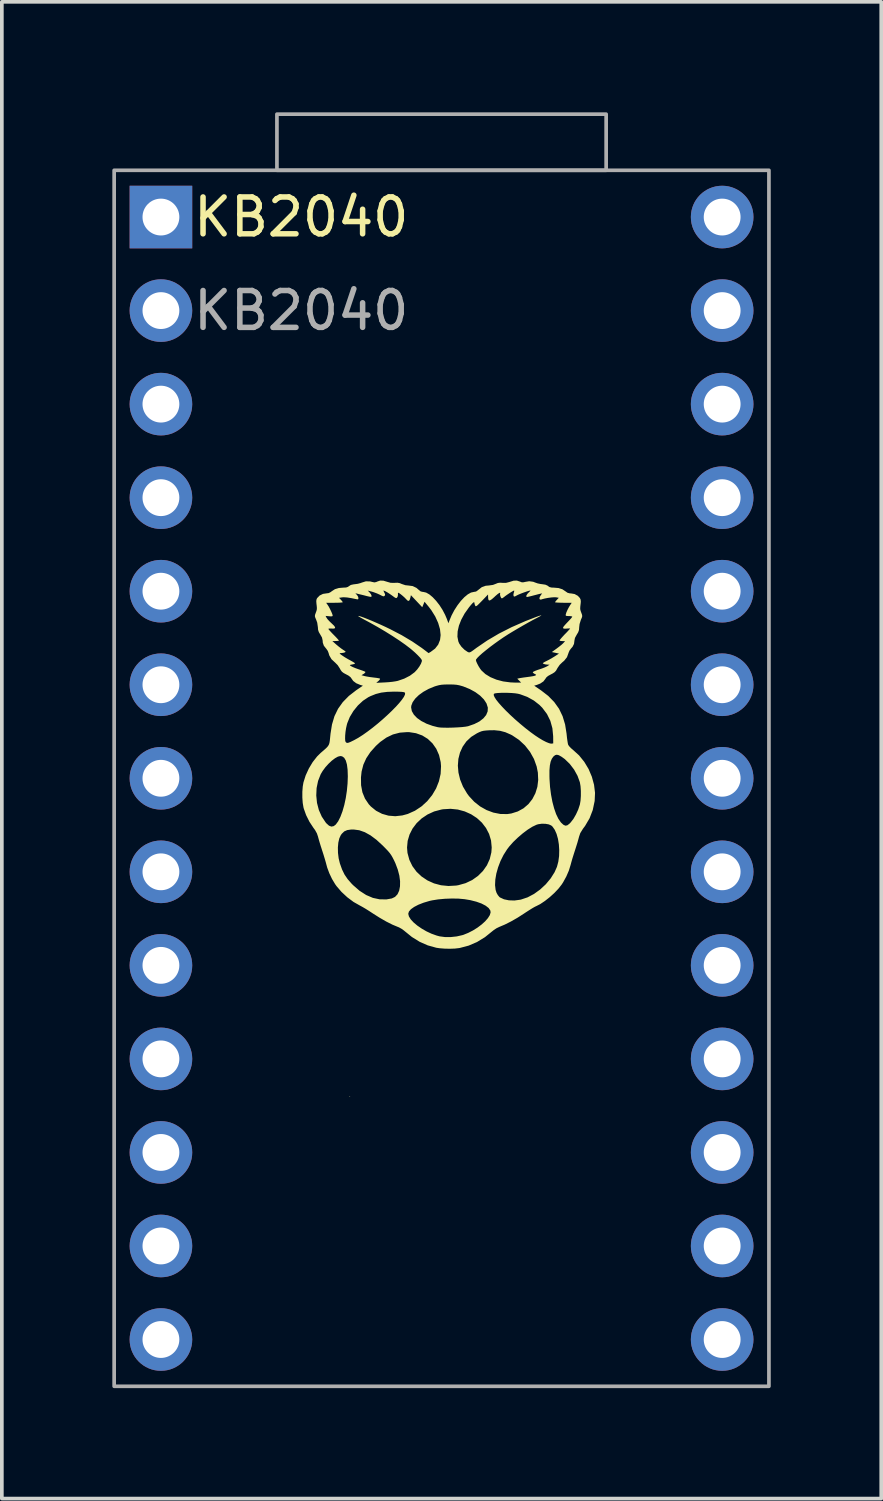
<source format=kicad_pcb>
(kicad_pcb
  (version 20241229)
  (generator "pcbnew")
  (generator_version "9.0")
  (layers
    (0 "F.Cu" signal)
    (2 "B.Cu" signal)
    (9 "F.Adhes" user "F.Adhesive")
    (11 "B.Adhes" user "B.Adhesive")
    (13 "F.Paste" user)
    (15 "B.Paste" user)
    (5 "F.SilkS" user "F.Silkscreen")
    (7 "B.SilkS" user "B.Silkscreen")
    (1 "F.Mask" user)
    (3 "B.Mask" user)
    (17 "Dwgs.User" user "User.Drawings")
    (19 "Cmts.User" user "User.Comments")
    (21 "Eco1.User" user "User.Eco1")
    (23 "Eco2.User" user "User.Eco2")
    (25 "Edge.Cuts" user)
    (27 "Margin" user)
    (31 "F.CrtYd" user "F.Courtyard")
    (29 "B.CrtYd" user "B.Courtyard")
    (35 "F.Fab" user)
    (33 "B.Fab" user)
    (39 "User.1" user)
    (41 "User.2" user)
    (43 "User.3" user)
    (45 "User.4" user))
  (footprint "KB2040"
    (layer "F.Cu")
    (at 1.32 2.844)
    (property "Reference" "KB2040" (at 3.81 0 0) (unlocked yes) (layer "F.SilkS") (effects (font (size 1 1) (thickness 0.15))))
    (attr through_hole)
    (fp_poly (pts (xy 5.139 23.886) (xy 5.129 23.896) (xy 5.119 23.886) (xy 5.129 23.876)) (stroke (width 0) (type solid)) (fill yes) (layer "F.SilkS"))
    (fp_poly (pts (xy 9.747 9.898) (xy 9.749 9.899) (xy 9.801 9.919) (xy 9.852 9.917) (xy 9.882 9.909) (xy 10 9.889) (xy 10.109 9.904) (xy 10.163 9.925) (xy 10.23 9.948) (xy 10.312 9.965) (xy 10.355 9.97) (xy 10.44 9.983) (xy 10.497 10.008) (xy 10.513 10.021) (xy 10.553 10.048) (xy 10.608 10.061) (xy 10.664 10.063) (xy 10.796 10.074) (xy 10.902 10.108) (xy 10.983 10.162) (xy 11.042 10.203) (xy 11.105 10.219) (xy 11.134 10.22) (xy 11.233 10.237) (xy 11.321 10.285) (xy 11.377 10.346) (xy 11.397 10.39) (xy 11.402 10.445) (xy 11.397 10.498) (xy 11.388 10.575) (xy 11.385 10.627) (xy 11.389 10.667) (xy 11.402 10.709) (xy 11.416 10.747) (xy 11.435 10.8) (xy 11.44 10.837) (xy 11.43 10.877) (xy 11.405 10.933) (xy 11.368 11.052) (xy 11.358 11.138) (xy 11.352 11.214) (xy 11.33 11.276) (xy 11.293 11.337) (xy 11.243 11.428) (xy 11.229 11.497) (xy 11.217 11.591) (xy 11.177 11.67) (xy 11.136 11.716) (xy 11.095 11.771) (xy 11.069 11.832) (xy 11.066 11.842) (xy 11.026 11.952) (xy 10.95 12.048) (xy 10.897 12.093) (xy 10.829 12.159) (xy 10.77 12.244) (xy 10.764 12.255) (xy 10.73 12.316) (xy 10.693 12.357) (xy 10.641 12.392) (xy 10.591 12.418) (xy 10.511 12.462) (xy 10.462 12.505) (xy 10.44 12.54) (xy 10.386 12.61) (xy 10.3 12.668) (xy 10.209 12.704) (xy 10.136 12.726) (xy 10.32 12.851) (xy 10.518 13.004) (xy 10.68 13.17) (xy 10.81 13.352) (xy 10.907 13.554) (xy 10.975 13.778) (xy 11.015 14.029) (xy 11.016 14.04) (xy 11.026 14.137) (xy 11.038 14.224) (xy 11.049 14.292) (xy 11.058 14.329) (xy 11.084 14.368) (xy 11.131 14.419) (xy 11.189 14.468) (xy 11.354 14.618) (xy 11.496 14.794) (xy 11.613 14.989) (xy 11.702 15.199) (xy 11.761 15.416) (xy 11.788 15.636) (xy 11.778 15.852) (xy 11.777 15.86) (xy 11.726 16.102) (xy 11.64 16.325) (xy 11.518 16.533) (xy 11.46 16.611) (xy 11.387 16.729) (xy 11.354 16.827) (xy 11.337 16.89) (xy 11.312 16.979) (xy 11.28 17.082) (xy 11.246 17.189) (xy 11.242 17.201) (xy 11.207 17.31) (xy 11.173 17.419) (xy 11.145 17.517) (xy 11.125 17.591) (xy 11.124 17.595) (xy 11.077 17.747) (xy 11.007 17.909) (xy 10.921 18.065) (xy 10.881 18.127) (xy 10.793 18.239) (xy 10.682 18.356) (xy 10.557 18.469) (xy 10.426 18.572) (xy 10.299 18.657) (xy 10.183 18.716) (xy 10.175 18.719) (xy 10.135 18.74) (xy 10.07 18.778) (xy 9.989 18.829) (xy 9.899 18.887) (xy 9.868 18.908) (xy 9.686 19.025) (xy 9.506 19.128) (xy 9.337 19.213) (xy 9.188 19.276) (xy 9.188 19.276) (xy 9.113 19.312) (xy 9.038 19.362) (xy 9.009 19.385) (xy 8.798 19.555) (xy 8.582 19.687) (xy 8.356 19.784) (xy 8.118 19.847) (xy 8.095 19.851) (xy 7.982 19.864) (xy 7.847 19.869) (xy 7.706 19.866) (xy 7.573 19.856) (xy 7.478 19.842) (xy 7.245 19.777) (xy 7.025 19.68) (xy 6.814 19.549) (xy 6.607 19.381) (xy 6.599 19.374) (xy 6.537 19.329) (xy 6.463 19.288) (xy 6.433 19.276) (xy 6.287 19.215) (xy 6.12 19.131) (xy 5.941 19.028) (xy 5.77 18.92) (xy 6.716 18.92) (xy 6.734 18.992) (xy 6.784 19.072) (xy 6.862 19.156) (xy 6.962 19.24) (xy 7.08 19.321) (xy 7.209 19.396) (xy 7.346 19.46) (xy 7.485 19.51) (xy 7.566 19.532) (xy 7.708 19.551) (xy 7.869 19.552) (xy 8.034 19.534) (xy 8.187 19.499) (xy 8.211 19.492) (xy 8.345 19.438) (xy 8.475 19.371) (xy 8.598 19.294) (xy 8.709 19.21) (xy 8.804 19.124) (xy 8.879 19.038) (xy 8.93 18.957) (xy 8.952 18.884) (xy 8.946 18.833) (xy 8.9 18.764) (xy 8.818 18.7) (xy 8.705 18.641) (xy 8.565 18.591) (xy 8.4 18.549) (xy 8.245 18.523) (xy 8.081 18.508) (xy 7.899 18.505) (xy 7.709 18.512) (xy 7.526 18.529) (xy 7.363 18.555) (xy 7.295 18.57) (xy 7.131 18.619) (xy 6.99 18.674) (xy 6.875 18.734) (xy 6.788 18.796) (xy 6.734 18.859) (xy 6.716 18.92) (xy 5.77 18.92) (xy 5.758 18.912) (xy 5.756 18.911) (xy 5.66 18.848) (xy 5.565 18.788) (xy 5.48 18.738) (xy 5.415 18.702) (xy 5.403 18.696) (xy 5.23 18.598) (xy 5.06 18.471) (xy 4.903 18.325) (xy 4.769 18.169) (xy 4.731 18.116) (xy 4.646 17.974) (xy 4.572 17.818) (xy 4.515 17.665) (xy 4.496 17.595) (xy 4.477 17.523) (xy 4.449 17.427) (xy 4.416 17.318) (xy 4.381 17.209) (xy 4.378 17.201) (xy 4.353 17.121) (xy 4.805 17.121) (xy 4.808 17.266) (xy 4.826 17.414) (xy 4.86 17.554) (xy 4.861 17.556) (xy 4.919 17.718) (xy 4.986 17.855) (xy 5.07 17.978) (xy 5.178 18.102) (xy 5.219 18.143) (xy 5.394 18.295) (xy 5.573 18.41) (xy 5.756 18.488) (xy 5.94 18.527) (xy 6.125 18.529) (xy 6.27 18.503) (xy 6.357 18.461) (xy 6.424 18.39) (xy 6.469 18.293) (xy 6.492 18.173) (xy 6.494 18.035) (xy 6.474 17.882) (xy 6.431 17.718) (xy 6.366 17.545) (xy 6.33 17.468) (xy 6.291 17.392) (xy 6.254 17.328) (xy 6.213 17.27) (xy 6.16 17.208) (xy 6.09 17.135) (xy 6.075 17.12) (xy 6.683 17.12) (xy 6.695 17.267) (xy 6.746 17.455) (xy 6.829 17.626) (xy 6.941 17.778) (xy 7.079 17.908) (xy 7.238 18.014) (xy 7.415 18.094) (xy 7.606 18.145) (xy 7.809 18.165) (xy 8.018 18.153) (xy 8.077 18.143) (xy 8.084 18.141) (xy 9.073 18.141) (xy 9.088 18.272) (xy 9.114 18.351) (xy 9.148 18.411) (xy 9.188 18.46) (xy 9.205 18.475) (xy 9.315 18.526) (xy 9.449 18.554) (xy 9.598 18.559) (xy 9.755 18.538) (xy 9.781 18.532) (xy 9.957 18.473) (xy 10.132 18.38) (xy 10.298 18.26) (xy 10.451 18.118) (xy 10.583 17.959) (xy 10.689 17.791) (xy 10.754 17.644) (xy 10.791 17.504) (xy 10.812 17.351) (xy 10.816 17.193) (xy 10.806 17.036) (xy 10.782 16.887) (xy 10.744 16.752) (xy 10.694 16.639) (xy 10.634 16.553) (xy 10.599 16.522) (xy 10.532 16.492) (xy 10.441 16.476) (xy 10.341 16.474) (xy 10.244 16.488) (xy 10.198 16.502) (xy 10.085 16.556) (xy 9.958 16.636) (xy 9.825 16.736) (xy 9.692 16.85) (xy 9.566 16.971) (xy 9.457 17.094) (xy 9.4 17.169) (xy 9.303 17.322) (xy 9.221 17.486) (xy 9.156 17.657) (xy 9.108 17.827) (xy 9.08 17.991) (xy 9.073 18.141) (xy 8.084 18.141) (xy 8.273 18.088) (xy 8.452 18.003) (xy 8.61 17.891) (xy 8.744 17.757) (xy 8.852 17.603) (xy 8.929 17.433) (xy 8.973 17.251) (xy 8.982 17.117) (xy 8.964 16.928) (xy 8.911 16.752) (xy 8.827 16.59) (xy 8.716 16.445) (xy 8.58 16.32) (xy 8.424 16.218) (xy 8.25 16.14) (xy 8.063 16.089) (xy 7.865 16.069) (xy 7.66 16.081) (xy 7.615 16.089) (xy 7.419 16.141) (xy 7.24 16.223) (xy 7.08 16.33) (xy 6.944 16.458) (xy 6.833 16.605) (xy 6.751 16.767) (xy 6.7 16.939) (xy 6.683 17.12) (xy 6.075 17.12) (xy 6.024 17.068) (xy 5.853 16.911) (xy 5.691 16.79) (xy 5.536 16.704) (xy 5.385 16.651) (xy 5.235 16.631) (xy 5.162 16.632) (xy 5.058 16.647) (xy 4.979 16.682) (xy 4.914 16.744) (xy 4.885 16.783) (xy 4.844 16.871) (xy 4.817 16.986) (xy 4.805 17.121) (xy 4.353 17.121) (xy 4.344 17.095) (xy 4.312 16.991) (xy 4.286 16.901) (xy 4.268 16.835) (xy 4.267 16.829) (xy 4.236 16.738) (xy 4.184 16.644) (xy 4.14 16.584) (xy 4.032 16.42) (xy 3.943 16.242) (xy 3.88 16.066) (xy 3.871 16.032) (xy 3.85 15.907) (xy 3.84 15.761) (xy 3.84 15.708) (xy 4.218 15.708) (xy 4.238 15.908) (xy 4.288 16.101) (xy 4.367 16.28) (xy 4.473 16.439) (xy 4.493 16.463) (xy 4.564 16.527) (xy 4.629 16.552) (xy 4.692 16.539) (xy 4.748 16.496) (xy 4.813 16.408) (xy 4.874 16.286) (xy 4.93 16.137) (xy 4.979 15.966) (xy 5.019 15.779) (xy 5.049 15.582) (xy 5.068 15.38) (xy 5.074 15.216) (xy 5.432 15.216) (xy 5.435 15.429) (xy 5.471 15.621) (xy 5.541 15.792) (xy 5.644 15.945) (xy 5.7 16.006) (xy 5.843 16.122) (xy 6.004 16.205) (xy 6.179 16.255) (xy 6.364 16.27) (xy 6.554 16.249) (xy 6.702 16.209) (xy 6.898 16.121) (xy 7.075 16.004) (xy 7.232 15.861) (xy 7.365 15.697) (xy 7.472 15.516) (xy 7.549 15.322) (xy 7.595 15.121) (xy 7.606 14.915) (xy 7.605 14.897) (xy 8.063 14.897) (xy 8.079 15.085) (xy 8.125 15.276) (xy 8.202 15.466) (xy 8.311 15.65) (xy 8.366 15.725) (xy 8.507 15.877) (xy 8.667 16.004) (xy 8.843 16.103) (xy 9.027 16.172) (xy 9.216 16.209) (xy 9.404 16.212) (xy 9.514 16.196) (xy 9.69 16.141) (xy 9.846 16.055) (xy 9.978 15.942) (xy 10.086 15.805) (xy 10.168 15.647) (xy 10.222 15.473) (xy 10.245 15.285) (xy 10.24 15.188) (xy 10.55 15.188) (xy 10.552 15.26) (xy 10.566 15.475) (xy 10.593 15.683) (xy 10.63 15.879) (xy 10.677 16.057) (xy 10.731 16.213) (xy 10.793 16.341) (xy 10.859 16.436) (xy 10.867 16.445) (xy 10.93 16.503) (xy 10.983 16.527) (xy 11.034 16.518) (xy 11.091 16.475) (xy 11.126 16.439) (xy 11.2 16.344) (xy 11.27 16.223) (xy 11.331 16.09) (xy 11.374 15.96) (xy 11.376 15.955) (xy 11.394 15.849) (xy 11.403 15.72) (xy 11.403 15.583) (xy 11.394 15.454) (xy 11.376 15.348) (xy 11.376 15.348) (xy 11.313 15.174) (xy 11.22 15.005) (xy 11.102 14.85) (xy 10.967 14.719) (xy 10.88 14.656) (xy 10.806 14.614) (xy 10.75 14.6) (xy 10.704 14.612) (xy 10.657 14.65) (xy 10.614 14.711) (xy 10.582 14.79) (xy 10.561 14.894) (xy 10.55 15.025) (xy 10.55 15.188) (xy 10.24 15.188) (xy 10.236 15.088) (xy 10.203 14.92) (xy 10.13 14.716) (xy 10.023 14.524) (xy 9.886 14.349) (xy 9.724 14.198) (xy 9.542 14.076) (xy 9.499 14.053) (xy 9.352 13.989) (xy 9.209 13.951) (xy 9.056 13.935) (xy 8.929 13.936) (xy 8.833 13.942) (xy 8.763 13.95) (xy 8.704 13.964) (xy 8.644 13.988) (xy 8.582 14.018) (xy 8.425 14.116) (xy 8.295 14.238) (xy 8.194 14.381) (xy 8.121 14.541) (xy 8.077 14.714) (xy 8.063 14.897) (xy 7.605 14.897) (xy 7.597 14.801) (xy 7.552 14.609) (xy 7.477 14.439) (xy 7.374 14.292) (xy 7.246 14.17) (xy 7.096 14.077) (xy 6.926 14.016) (xy 6.74 13.987) (xy 6.687 13.986) (xy 6.487 14.001) (xy 6.3 14.05) (xy 6.124 14.134) (xy 5.954 14.254) (xy 5.837 14.361) (xy 5.688 14.528) (xy 5.576 14.696) (xy 5.497 14.87) (xy 5.449 15.057) (xy 5.432 15.216) (xy 5.074 15.216) (xy 5.075 15.188) (xy 5.069 15.008) (xy 5.051 14.865) (xy 5.02 14.757) (xy 4.976 14.683) (xy 4.92 14.644) (xy 4.871 14.636) (xy 4.806 14.652) (xy 4.727 14.696) (xy 4.64 14.762) (xy 4.551 14.846) (xy 4.466 14.94) (xy 4.392 15.04) (xy 4.339 15.129) (xy 4.267 15.312) (xy 4.227 15.507) (xy 4.218 15.708) (xy 3.84 15.708) (xy 3.84 15.608) (xy 3.851 15.464) (xy 3.87 15.353) (xy 3.93 15.163) (xy 4.016 14.975) (xy 4.121 14.8) (xy 4.241 14.647) (xy 4.336 14.553) (xy 4.422 14.479) (xy 4.485 14.423) (xy 4.528 14.377) (xy 4.557 14.334) (xy 4.575 14.283) (xy 4.586 14.218) (xy 4.592 14.161) (xy 5.001 14.161) (xy 5.005 14.223) (xy 5.016 14.254) (xy 5.036 14.273) (xy 5.061 14.28) (xy 5.097 14.273) (xy 5.151 14.251) (xy 5.232 14.211) (xy 5.243 14.206) (xy 5.358 14.142) (xy 5.483 14.062) (xy 5.614 13.969) (xy 5.75 13.866) (xy 5.886 13.756) (xy 6.019 13.642) (xy 6.147 13.526) (xy 6.267 13.412) (xy 6.361 13.316) (xy 6.794 13.316) (xy 6.813 13.416) (xy 6.868 13.512) (xy 6.955 13.603) (xy 7.071 13.685) (xy 7.213 13.758) (xy 7.377 13.817) (xy 7.519 13.853) (xy 7.587 13.862) (xy 7.684 13.866) (xy 7.8 13.867) (xy 7.927 13.864) (xy 8.054 13.858) (xy 8.172 13.85) (xy 8.27 13.839) (xy 8.341 13.826) (xy 8.344 13.825) (xy 8.51 13.767) (xy 8.648 13.697) (xy 8.755 13.614) (xy 8.831 13.523) (xy 8.872 13.424) (xy 8.877 13.321) (xy 8.876 13.318) (xy 8.841 13.208) (xy 8.77 13.099) (xy 8.668 12.996) (xy 8.645 12.979) (xy 9.036 12.979) (xy 9.057 13.033) (xy 9.103 13.106) (xy 9.172 13.193) (xy 9.261 13.293) (xy 9.365 13.402) (xy 9.484 13.518) (xy 9.613 13.637) (xy 9.751 13.757) (xy 9.893 13.875) (xy 10.038 13.988) (xy 10.158 14.075) (xy 10.265 14.146) (xy 10.368 14.208) (xy 10.462 14.256) (xy 10.54 14.287) (xy 10.594 14.3) (xy 10.603 14.299) (xy 10.653 14.293) (xy 10.651 14.098) (xy 10.63 13.881) (xy 10.574 13.679) (xy 10.483 13.495) (xy 10.356 13.326) (xy 10.279 13.248) (xy 10.125 13.128) (xy 9.948 13.03) (xy 9.758 12.96) (xy 9.695 12.944) (xy 9.623 12.933) (xy 9.532 12.925) (xy 9.43 12.92) (xy 9.326 12.918) (xy 9.226 12.92) (xy 9.141 12.925) (xy 9.077 12.933) (xy 9.043 12.945) (xy 9.042 12.946) (xy 9.036 12.979) (xy 8.645 12.979) (xy 8.539 12.901) (xy 8.386 12.817) (xy 8.213 12.747) (xy 8.181 12.737) (xy 8.102 12.715) (xy 8.028 12.701) (xy 7.944 12.694) (xy 7.838 12.692) (xy 7.81 12.692) (xy 7.702 12.694) (xy 7.62 12.7) (xy 7.55 12.712) (xy 7.479 12.731) (xy 7.429 12.747) (xy 7.269 12.813) (xy 7.126 12.892) (xy 7.004 12.98) (xy 6.906 13.075) (xy 6.836 13.172) (xy 6.799 13.268) (xy 6.794 13.316) (xy 6.361 13.316) (xy 6.375 13.303) (xy 6.468 13.2) (xy 6.543 13.108) (xy 6.597 13.03) (xy 6.627 12.967) (xy 6.63 12.924) (xy 6.622 12.912) (xy 6.596 12.901) (xy 6.539 12.893) (xy 6.45 12.889) (xy 6.33 12.887) (xy 6.142 12.894) (xy 5.981 12.914) (xy 5.836 12.951) (xy 5.696 13.007) (xy 5.632 13.038) (xy 5.486 13.135) (xy 5.349 13.262) (xy 5.228 13.411) (xy 5.129 13.575) (xy 5.06 13.744) (xy 5.048 13.787) (xy 5.027 13.881) (xy 5.012 13.98) (xy 5.003 14.077) (xy 5.001 14.161) (xy 4.592 14.161) (xy 4.595 14.13) (xy 4.605 14.03) (xy 4.645 13.779) (xy 4.712 13.554) (xy 4.81 13.352) (xy 4.94 13.17) (xy 5.103 13.004) (xy 5.3 12.851) (xy 5.484 12.726) (xy 5.411 12.704) (xy 5.303 12.659) (xy 5.222 12.598) (xy 5.181 12.54) (xy 5.147 12.493) (xy 5.09 12.45) (xy 5.029 12.418) (xy 4.96 12.381) (xy 4.914 12.345) (xy 4.88 12.299) (xy 4.856 12.255) (xy 4.8 12.169) (xy 4.732 12.1) (xy 4.724 12.093) (xy 4.63 12.005) (xy 4.571 11.902) (xy 4.554 11.842) (xy 4.531 11.782) (xy 4.492 11.725) (xy 4.484 11.716) (xy 4.424 11.64) (xy 4.395 11.556) (xy 4.391 11.497) (xy 4.373 11.417) (xy 4.327 11.337) (xy 4.287 11.269) (xy 4.267 11.207) (xy 4.262 11.138) (xy 4.244 11.014) (xy 4.215 10.933) (xy 4.19 10.875) (xy 4.18 10.836) (xy 4.181 10.831) (xy 4.471 10.831) (xy 4.499 10.885) (xy 4.527 10.924) (xy 4.576 10.977) (xy 4.634 11.033) (xy 4.639 11.037) (xy 4.702 11.098) (xy 4.73 11.14) (xy 4.725 11.166) (xy 4.685 11.176) (xy 4.627 11.174) (xy 4.578 11.173) (xy 4.55 11.179) (xy 4.547 11.184) (xy 4.56 11.204) (xy 4.596 11.245) (xy 4.647 11.3) (xy 4.694 11.348) (xy 4.754 11.409) (xy 4.8 11.459) (xy 4.828 11.492) (xy 4.833 11.503) (xy 4.81 11.509) (xy 4.763 11.512) (xy 4.74 11.513) (xy 4.655 11.514) (xy 4.761 11.608) (xy 4.827 11.663) (xy 4.893 11.714) (xy 4.941 11.747) (xy 4.986 11.777) (xy 5.013 11.8) (xy 5.016 11.805) (xy 4.999 11.819) (xy 4.957 11.832) (xy 4.902 11.84) (xy 4.879 11.841) (xy 4.856 11.843) (xy 4.856 11.854) (xy 4.882 11.877) (xy 4.925 11.908) (xy 4.994 11.954) (xy 5.079 12.004) (xy 5.145 12.04) (xy 5.206 12.074) (xy 5.251 12.102) (xy 5.27 12.118) (xy 5.27 12.119) (xy 5.259 12.132) (xy 5.221 12.144) (xy 5.151 12.158) (xy 5.143 12.159) (xy 5.131 12.17) (xy 5.152 12.189) (xy 5.202 12.216) (xy 5.276 12.247) (xy 5.369 12.281) (xy 5.397 12.29) (xy 5.466 12.314) (xy 5.521 12.335) (xy 5.55 12.349) (xy 5.551 12.35) (xy 5.548 12.369) (xy 5.518 12.397) (xy 5.507 12.404) (xy 5.445 12.441) (xy 5.528 12.464) (xy 5.589 12.477) (xy 5.672 12.491) (xy 5.761 12.502) (xy 5.775 12.504) (xy 5.851 12.513) (xy 5.911 12.523) (xy 5.946 12.532) (xy 5.95 12.534) (xy 5.946 12.554) (xy 5.918 12.587) (xy 5.906 12.598) (xy 5.847 12.648) (xy 6.081 12.637) (xy 6.187 12.63) (xy 6.292 12.619) (xy 6.381 12.605) (xy 6.433 12.594) (xy 6.607 12.534) (xy 6.761 12.455) (xy 6.888 12.361) (xy 6.893 12.356) (xy 6.959 12.285) (xy 7.017 12.206) (xy 7.061 12.129) (xy 7.085 12.063) (xy 7.087 12.042) (xy 7.073 12.01) (xy 7.033 11.96) (xy 6.972 11.896) (xy 6.896 11.823) (xy 6.81 11.748) (xy 6.765 11.711) (xy 6.631 11.609) (xy 6.47 11.496) (xy 6.287 11.376) (xy 6.09 11.253) (xy 5.887 11.133) (xy 5.684 11.019) (xy 5.587 10.967) (xy 5.501 10.921) (xy 5.43 10.881) (xy 5.379 10.851) (xy 5.356 10.834) (xy 5.355 10.832) (xy 5.378 10.833) (xy 5.432 10.849) (xy 5.51 10.877) (xy 5.609 10.916) (xy 5.722 10.962) (xy 5.844 11.015) (xy 5.971 11.071) (xy 6.097 11.129) (xy 6.217 11.187) (xy 6.218 11.187) (xy 6.538 11.354) (xy 6.825 11.525) (xy 7.086 11.703) (xy 7.138 11.742) (xy 7.268 11.841) (xy 7.326 11.807) (xy 7.445 11.718) (xy 7.529 11.61) (xy 7.579 11.484) (xy 7.59 11.395) (xy 8.051 11.395) (xy 8.076 11.524) (xy 8.099 11.579) (xy 8.16 11.668) (xy 8.243 11.75) (xy 8.326 11.807) (xy 8.352 11.819) (xy 8.375 11.822) (xy 8.403 11.814) (xy 8.442 11.791) (xy 8.499 11.75) (xy 8.566 11.7) (xy 8.86 11.499) (xy 9.179 11.311) (xy 9.526 11.135) (xy 9.905 10.969) (xy 10.179 10.863) (xy 10.248 10.838) (xy 10.301 10.821) (xy 10.328 10.815) (xy 10.331 10.816) (xy 10.315 10.828) (xy 10.272 10.853) (xy 10.213 10.884) (xy 10.209 10.886) (xy 10.101 10.942) (xy 9.97 11.014) (xy 9.825 11.096) (xy 9.677 11.182) (xy 9.534 11.267) (xy 9.432 11.329) (xy 9.308 11.409) (xy 9.181 11.496) (xy 9.056 11.586) (xy 8.935 11.676) (xy 8.824 11.764) (xy 8.726 11.844) (xy 8.647 11.915) (xy 8.589 11.973) (xy 8.557 12.015) (xy 8.553 12.029) (xy 8.563 12.07) (xy 8.59 12.13) (xy 8.627 12.2) (xy 8.669 12.266) (xy 8.703 12.311) (xy 8.81 12.41) (xy 8.947 12.494) (xy 9.111 12.562) (xy 9.293 12.61) (xy 9.49 12.636) (xy 9.602 12.641) (xy 9.782 12.642) (xy 9.729 12.589) (xy 9.676 12.536) (xy 9.735 12.522) (xy 9.781 12.514) (xy 9.853 12.503) (xy 9.937 12.492) (xy 9.965 12.488) (xy 10.046 12.477) (xy 10.115 12.465) (xy 10.161 12.453) (xy 10.169 12.449) (xy 10.188 12.434) (xy 10.177 12.42) (xy 10.149 12.406) (xy 10.112 12.383) (xy 10.096 12.361) (xy 10.114 12.346) (xy 10.16 12.324) (xy 10.228 12.298) (xy 10.267 12.285) (xy 10.351 12.257) (xy 10.428 12.227) (xy 10.484 12.2) (xy 10.497 12.193) (xy 10.555 12.154) (xy 10.506 12.154) (xy 10.448 12.149) (xy 10.399 12.136) (xy 10.372 12.121) (xy 10.37 12.116) (xy 10.386 12.101) (xy 10.428 12.076) (xy 10.471 12.055) (xy 10.543 12.018) (xy 10.627 11.97) (xy 10.691 11.931) (xy 10.809 11.854) (xy 10.712 11.833) (xy 10.615 11.812) (xy 10.741 11.721) (xy 10.81 11.669) (xy 10.874 11.618) (xy 10.919 11.577) (xy 10.922 11.574) (xy 10.975 11.517) (xy 10.906 11.515) (xy 10.856 11.511) (xy 10.826 11.503) (xy 10.824 11.501) (xy 10.832 11.483) (xy 10.863 11.444) (xy 10.911 11.39) (xy 10.962 11.335) (xy 11.023 11.273) (xy 11.071 11.221) (xy 11.103 11.186) (xy 11.112 11.174) (xy 11.095 11.171) (xy 11.052 11.172) (xy 11.034 11.174) (xy 10.966 11.178) (xy 10.928 11.172) (xy 10.918 11.152) (xy 10.938 11.115) (xy 10.988 11.058) (xy 11.031 11.012) (xy 11.089 10.951) (xy 11.136 10.899) (xy 11.164 10.863) (xy 11.171 10.852) (xy 11.153 10.842) (xy 11.109 10.836) (xy 11.078 10.835) (xy 11.022 10.833) (xy 10.996 10.825) (xy 10.991 10.805) (xy 10.992 10.796) (xy 11.008 10.74) (xy 11.04 10.667) (xy 11.081 10.589) (xy 11.113 10.537) (xy 11.155 10.474) (xy 10.928 10.474) (xy 10.84 10.472) (xy 10.767 10.469) (xy 10.719 10.465) (xy 10.702 10.46) (xy 10.714 10.438) (xy 10.745 10.402) (xy 10.753 10.393) (xy 10.804 10.339) (xy 10.731 10.326) (xy 10.677 10.324) (xy 10.599 10.33) (xy 10.509 10.342) (xy 10.421 10.359) (xy 10.348 10.378) (xy 10.326 10.386) (xy 10.293 10.387) (xy 10.278 10.362) (xy 10.285 10.321) (xy 10.31 10.276) (xy 10.352 10.218) (xy 10.297 10.23) (xy 10.251 10.241) (xy 10.182 10.259) (xy 10.104 10.279) (xy 10.101 10.28) (xy 10.03 10.298) (xy 9.973 10.311) (xy 9.941 10.317) (xy 9.94 10.317) (xy 9.92 10.305) (xy 9.926 10.273) (xy 9.953 10.231) (xy 9.983 10.199) (xy 10.019 10.164) (xy 10.035 10.144) (xy 10.034 10.141) (xy 9.996 10.148) (xy 9.934 10.167) (xy 9.859 10.193) (xy 9.782 10.222) (xy 9.714 10.25) (xy 9.671 10.271) (xy 9.621 10.298) (xy 9.594 10.306) (xy 9.58 10.296) (xy 9.575 10.286) (xy 9.572 10.244) (xy 9.583 10.197) (xy 9.594 10.158) (xy 9.591 10.141) (xy 9.59 10.141) (xy 9.565 10.152) (xy 9.518 10.179) (xy 9.46 10.216) (xy 9.399 10.257) (xy 9.346 10.295) (xy 9.328 10.31) (xy 9.288 10.34) (xy 9.26 10.356) (xy 9.258 10.356) (xy 9.237 10.34) (xy 9.219 10.301) (xy 9.208 10.258) (xy 9.21 10.23) (xy 9.213 10.203) (xy 9.191 10.206) (xy 9.145 10.237) (xy 9.076 10.296) (xy 9.055 10.317) (xy 8.985 10.378) (xy 8.936 10.409) (xy 8.906 10.409) (xy 8.889 10.38) (xy 8.884 10.321) (xy 8.884 10.318) (xy 8.883 10.249) (xy 8.719 10.42) (xy 8.649 10.491) (xy 8.601 10.538) (xy 8.57 10.562) (xy 8.551 10.569) (xy 8.539 10.561) (xy 8.534 10.553) (xy 8.517 10.508) (xy 8.514 10.485) (xy 8.509 10.46) (xy 8.492 10.46) (xy 8.461 10.486) (xy 8.412 10.541) (xy 8.365 10.599) (xy 8.247 10.765) (xy 8.156 10.932) (xy 8.092 11.095) (xy 8.057 11.251) (xy 8.051 11.395) (xy 7.59 11.395) (xy 7.595 11.351) (xy 7.578 11.191) (xy 7.528 11.021) (xy 7.449 10.847) (xy 7.342 10.675) (xy 7.269 10.58) (xy 7.158 10.446) (xy 7.127 10.52) (xy 7.096 10.595) (xy 6.788 10.268) (xy 6.774 10.334) (xy 6.754 10.398) (xy 6.73 10.424) (xy 6.697 10.415) (xy 6.662 10.38) (xy 6.62 10.336) (xy 6.567 10.288) (xy 6.513 10.244) (xy 6.469 10.212) (xy 6.442 10.2) (xy 6.435 10.216) (xy 6.437 10.244) (xy 6.432 10.295) (xy 6.417 10.325) (xy 6.401 10.343) (xy 6.383 10.347) (xy 6.353 10.333) (xy 6.305 10.299) (xy 6.284 10.283) (xy 6.214 10.234) (xy 6.146 10.19) (xy 6.088 10.158) (xy 6.049 10.142) (xy 6.044 10.141) (xy 6.046 10.156) (xy 6.063 10.192) (xy 6.066 10.198) (xy 6.087 10.242) (xy 6.083 10.272) (xy 6.075 10.284) (xy 6.057 10.298) (xy 6.031 10.297) (xy 5.989 10.279) (xy 5.949 10.258) (xy 5.868 10.221) (xy 5.776 10.187) (xy 5.732 10.173) (xy 5.617 10.144) (xy 5.668 10.197) (xy 5.702 10.242) (xy 5.719 10.281) (xy 5.72 10.286) (xy 5.719 10.303) (xy 5.711 10.312) (xy 5.691 10.313) (xy 5.652 10.306) (xy 5.586 10.291) (xy 5.514 10.272) (xy 5.441 10.254) (xy 5.373 10.238) (xy 5.339 10.229) (xy 5.28 10.216) (xy 5.326 10.265) (xy 5.352 10.305) (xy 5.363 10.346) (xy 5.357 10.376) (xy 5.337 10.382) (xy 5.311 10.377) (xy 5.256 10.366) (xy 5.184 10.351) (xy 5.163 10.347) (xy 5.055 10.33) (xy 4.963 10.324) (xy 4.921 10.327) (xy 4.836 10.34) (xy 4.887 10.393) (xy 4.92 10.431) (xy 4.937 10.457) (xy 4.938 10.46) (xy 4.92 10.465) (xy 4.87 10.47) (xy 4.797 10.473) (xy 4.712 10.474) (xy 4.486 10.474) (xy 4.526 10.53) (xy 4.559 10.582) (xy 4.594 10.649) (xy 4.627 10.718) (xy 4.652 10.779) (xy 4.664 10.819) (xy 4.664 10.823) (xy 4.654 10.839) (xy 4.62 10.844) (xy 4.568 10.84) (xy 4.471 10.831) (xy 4.181 10.831) (xy 4.186 10.798) (xy 4.204 10.747) (xy 4.223 10.696) (xy 4.233 10.655) (xy 4.235 10.613) (xy 4.23 10.555) (xy 4.223 10.498) (xy 4.218 10.426) (xy 4.227 10.376) (xy 4.243 10.346) (xy 4.31 10.277) (xy 4.4 10.233) (xy 4.486 10.22) (xy 4.556 10.211) (xy 4.614 10.181) (xy 4.637 10.162) (xy 4.725 10.105) (xy 4.832 10.073) (xy 4.956 10.063) (xy 5.03 10.059) (xy 5.079 10.042) (xy 5.108 10.021) (xy 5.157 9.99) (xy 5.23 9.974) (xy 5.265 9.97) (xy 5.345 9.959) (xy 5.423 9.938) (xy 5.457 9.925) (xy 5.565 9.892) (xy 5.677 9.894) (xy 5.739 9.909) (xy 5.797 9.921) (xy 5.846 9.911) (xy 5.872 9.899) (xy 5.952 9.872) (xy 6.04 9.874) (xy 6.144 9.905) (xy 6.146 9.906) (xy 6.237 9.932) (xy 6.329 9.934) (xy 6.348 9.933) (xy 6.426 9.93) (xy 6.488 9.942) (xy 6.536 9.963) (xy 6.639 9.997) (xy 6.717 10.005) (xy 6.837 10.021) (xy 6.939 10.07) (xy 7 10.123) (xy 7.054 10.166) (xy 7.115 10.18) (xy 7.127 10.18) (xy 7.203 10.198) (xy 7.289 10.247) (xy 7.38 10.323) (xy 7.473 10.422) (xy 7.563 10.537) (xy 7.646 10.666) (xy 7.717 10.802) (xy 7.764 10.912) (xy 7.807 11.03) (xy 7.832 10.962) (xy 7.893 10.816) (xy 7.968 10.674) (xy 8.054 10.541) (xy 8.145 10.423) (xy 8.239 10.323) (xy 8.332 10.246) (xy 8.419 10.197) (xy 8.495 10.18) (xy 8.558 10.169) (xy 8.613 10.13) (xy 8.62 10.123) (xy 8.713 10.05) (xy 8.82 10.012) (xy 8.903 10.005) (xy 9.016 9.989) (xy 9.085 9.963) (xy 9.149 9.937) (xy 9.213 9.929) (xy 9.272 9.933) (xy 9.368 9.934) (xy 9.456 9.912) (xy 9.474 9.906) (xy 9.579 9.874) (xy 9.667 9.872)) (stroke (width 0) (type solid)) (fill yes) (layer "F.SilkS"))
    (fp_rect (start -1.27 -1.27) (end 16.51 31.75) (stroke (width 0.1) (type solid)) (fill no) (layer "F.Fab"))
    (fp_rect (start 3.15 -2.794) (end 12.09 -1.27) (stroke (width 0.1) (type solid)) (fill no) (layer "F.Fab"))
    (fp_text user "${REFERENCE}" (at 3.81 2.54 0) (unlocked yes) (layer "F.Fab") (effects (font (size 1 1) (thickness 0.15))))
    (pad "1" thru_hole rect (at 0 0) (size 1.7 1.7) (drill 1) (layers "*.Cu" "*.Mask"))
    (pad "2" thru_hole circle (at 0 2.54) (size 1.7 1.7) (drill 1) (layers "*.Cu" "*.Mask"))
    (pad "3" thru_hole circle (at 0 5.08) (size 1.7 1.7) (drill 1) (layers "*.Cu" "*.Mask"))
    (pad "4" thru_hole circle (at 0 7.62) (size 1.7 1.7) (drill 1) (layers "*.Cu" "*.Mask"))
    (pad "5" thru_hole circle (at 0 10.16) (size 1.7 1.7) (drill 1) (layers "*.Cu" "*.Mask"))
    (pad "6" thru_hole circle (at 0 12.7) (size 1.7 1.7) (drill 1) (layers "*.Cu" "*.Mask"))
    (pad "7" thru_hole circle (at 0 15.24) (size 1.7 1.7) (drill 1) (layers "*.Cu" "*.Mask"))
    (pad "8" thru_hole circle (at 0 17.78) (size 1.7 1.7) (drill 1) (layers "*.Cu" "*.Mask"))
    (pad "9" thru_hole circle (at 0 20.32) (size 1.7 1.7) (drill 1) (layers "*.Cu" "*.Mask"))
    (pad "10" thru_hole circle (at 0 22.86) (size 1.7 1.7) (drill 1) (layers "*.Cu" "*.Mask"))
    (pad "11" thru_hole circle (at 0 25.4) (size 1.7 1.7) (drill 1) (layers "*.Cu" "*.Mask"))
    (pad "12" thru_hole circle (at 0 27.94) (size 1.7 1.7) (drill 1) (layers "*.Cu" "*.Mask"))
    (pad "13" thru_hole circle (at 0 30.48) (size 1.7 1.7) (drill 1) (layers "*.Cu" "*.Mask"))
    (pad "14" thru_hole circle (at 15.24 30.48) (size 1.7 1.7) (drill 1) (layers "*.Cu" "*.Mask"))
    (pad "15" thru_hole circle (at 15.24 27.94) (size 1.7 1.7) (drill 1) (layers "*.Cu" "*.Mask"))
    (pad "16" thru_hole circle (at 15.24 25.4) (size 1.7 1.7) (drill 1) (layers "*.Cu" "*.Mask"))
    (pad "17" thru_hole circle (at 15.24 22.86) (size 1.7 1.7) (drill 1) (layers "*.Cu" "*.Mask"))
    (pad "18" thru_hole circle (at 15.24 20.32) (size 1.7 1.7) (drill 1) (layers "*.Cu" "*.Mask"))
    (pad "19" thru_hole circle (at 15.24 17.78) (size 1.7 1.7) (drill 1) (layers "*.Cu" "*.Mask"))
    (pad "20" thru_hole circle (at 15.24 15.24) (size 1.7 1.7) (drill 1) (layers "*.Cu" "*.Mask"))
    (pad "21" thru_hole circle (at 15.24 12.7) (size 1.7 1.7) (drill 1) (layers "*.Cu" "*.Mask"))
    (pad "22" thru_hole circle (at 15.24 10.16) (size 1.7 1.7) (drill 1) (layers "*.Cu" "*.Mask"))
    (pad "23" thru_hole circle (at 15.24 7.62) (size 1.7 1.7) (drill 1) (layers "*.Cu" "*.Mask"))
    (pad "24" thru_hole circle (at 15.24 5.08) (size 1.7 1.7) (drill 1) (layers "*.Cu" "*.Mask"))
    (pad "25" thru_hole circle (at 15.24 2.54) (size 1.7 1.7) (drill 1) (layers "*.Cu" "*.Mask"))
    (pad "26" thru_hole circle (at 15.24 0) (size 1.7 1.7) (drill 1) (layers "*.Cu" "*.Mask")))
  (gr_rect
    (start -3 -3)
    (end 20.88 37.644)
    (stroke (width 0.1) (type default))
    (fill no)
    (layer "Edge.Cuts")))
</source>
